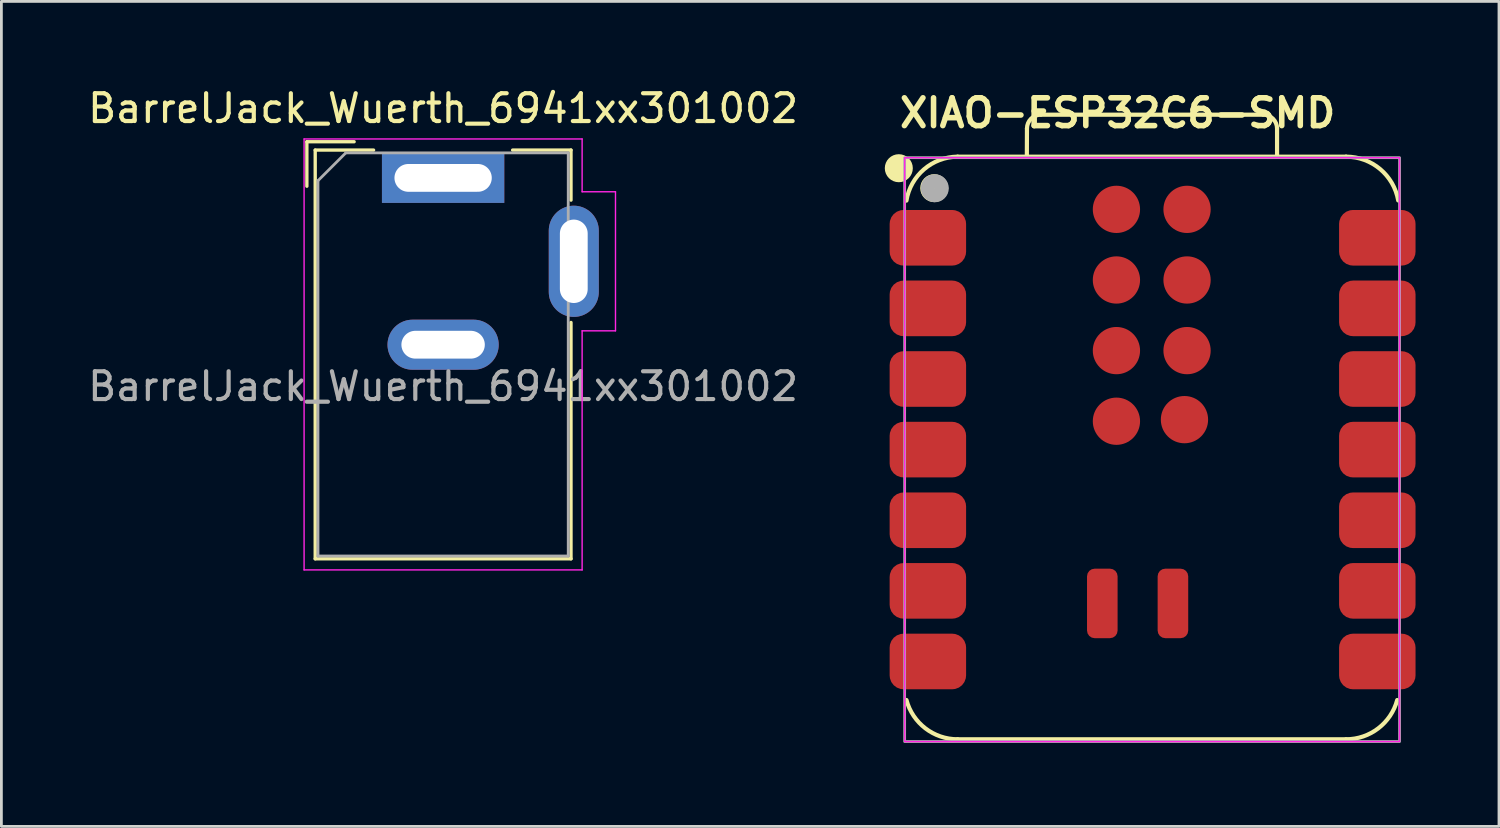
<source format=kicad_pcb>
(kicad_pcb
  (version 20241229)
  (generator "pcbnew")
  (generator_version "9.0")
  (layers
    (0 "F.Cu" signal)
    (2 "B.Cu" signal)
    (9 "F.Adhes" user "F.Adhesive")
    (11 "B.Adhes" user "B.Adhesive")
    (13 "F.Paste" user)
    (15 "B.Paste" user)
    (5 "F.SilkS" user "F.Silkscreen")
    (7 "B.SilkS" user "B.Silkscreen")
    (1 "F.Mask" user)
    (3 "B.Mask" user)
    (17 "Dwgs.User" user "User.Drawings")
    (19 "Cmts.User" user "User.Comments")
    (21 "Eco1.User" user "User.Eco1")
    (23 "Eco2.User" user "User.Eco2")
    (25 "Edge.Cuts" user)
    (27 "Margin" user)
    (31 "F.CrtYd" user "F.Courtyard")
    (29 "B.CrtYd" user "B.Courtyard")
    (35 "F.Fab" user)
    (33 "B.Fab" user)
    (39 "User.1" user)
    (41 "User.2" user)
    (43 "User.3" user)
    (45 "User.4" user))
  (footprint "XIAO-ESP32C6-SMD"
    (layer "F.Cu")
    (at 38.604 13.1)
    (property "Reference" "XIAO-ESP32C6-SMD" (at -9.4 -11.5 0) (layer "F.SilkS") (effects (font (size 1 1) (thickness 0.2) (bold yes)) (justify left bottom)))
    (fp_line (start -7.212 10.44) (end 6.758 10.44) (stroke (width 0.15) (type solid)) (layer "F.SilkS"))
    (fp_line (start -4.722 -10.515) (end -4.718 -11.526) (stroke (width 0.15) (type solid)) (layer "F.SilkS"))
    (fp_line (start -4.218 -12.025) (end 3.777 -12.025) (stroke (width 0.15) (type solid)) (layer "F.SilkS"))
    (fp_line (start 4.277 -11.525) (end 4.277 -10.515) (stroke (width 0.15) (type solid)) (layer "F.SilkS"))
    (fp_line (start 6.758 -10.515) (end -7.212 -10.515) (stroke (width 0.15) (type solid)) (layer "F.SilkS"))
    (fp_arc (start -9.053136 -8.935366) (mid -8.419929 -10.060565) (end -7.2116 -10.5155) (stroke (width 0.15) (type solid)) (layer "F.SilkS"))
    (fp_arc (start -7.2116 10.4395) (mid -8.371291 10.045838) (end -9.051689 9.02755) (stroke (width 0.15) (type solid)) (layer "F.SilkS"))
    (fp_arc (start -4.717872 -11.525772) (mid -4.571324 -11.879144) (end -4.217872 -12.0255) (stroke (width 0.15) (type solid)) (layer "F.SilkS"))
    (fp_arc (start 3.7774 -12.0255) (mid 4.130953 -11.879053) (end 4.2774 -11.5255) (stroke (width 0.15) (type solid)) (layer "F.SilkS"))
    (fp_arc (start 6.7584 -10.5155) (mid 7.98291 -10.069815) (end 8.634459 -8.9413) (stroke (width 0.15) (type solid)) (layer "F.SilkS"))
    (fp_arc (start 8.598489 9.02755) (mid 7.918091 10.045838) (end 6.7584 10.4395) (stroke (width 0.15) (type solid)) (layer "F.SilkS"))
    (fp_circle (center -9.327 -10.1) (end -9.327 -10.354) (stroke (width 0.5) (type solid)) (fill yes) (layer "F.SilkS"))
    (fp_circle (center -8.053 -9.383) (end -8.053 -9.636) (stroke (width 0.5) (type solid)) (fill yes) (layer "F.SilkS"))
    (fp_rect (start 8.683 10.521) (end -9.117 -10.479) (stroke (width 0.05) (type default)) (fill no) (layer "F.CrtYd"))
    (fp_rect (start -9.117 -10.479) (end 8.683 10.521) (stroke (width 0.1) (type default)) (fill no) (layer "F.Fab"))
    (fp_circle (center -8.033 -9.379) (end -8.033 -9.633) (stroke (width 0.5) (type solid)) (fill no) (layer "F.Fab"))
    (pad "1" smd roundrect (at -8.282 -7.598) (size 2.75 2) (layers "F.Cu" "F.Mask" "F.Paste") (roundrect_rratio 0.25))
    (pad "2" smd roundrect (at -8.282 -5.059) (size 2.75 2) (layers "F.Cu" "F.Mask" "F.Paste") (roundrect_rratio 0.25))
    (pad "3" smd roundrect (at -8.282 -2.518) (size 2.75 2) (layers "F.Cu" "F.Mask" "F.Paste") (roundrect_rratio 0.25))
    (pad "4" smd roundrect (at -8.282 0.021) (size 2.75 2) (layers "F.Cu" "F.Mask" "F.Paste") (roundrect_rratio 0.25))
    (pad "5" smd roundrect (at -8.282 2.562) (size 2.75 2) (layers "F.Cu" "F.Mask" "F.Paste") (roundrect_rratio 0.25))
    (pad "6" smd roundrect (at -8.282 5.101) (size 2.75 2) (layers "F.Cu" "F.Mask" "F.Paste") (roundrect_rratio 0.25))
    (pad "7" smd roundrect (at -8.282 7.641) (size 2.75 2) (layers "F.Cu" "F.Mask" "F.Paste") (roundrect_rratio 0.25))
    (pad "8" smd roundrect (at 7.883 7.641) (size 2.75 2) (layers "F.Cu" "F.Mask" "F.Paste") (roundrect_rratio 0.25))
    (pad "9" smd roundrect (at 7.883 5.101) (size 2.75 2) (layers "F.Cu" "F.Mask" "F.Paste") (roundrect_rratio 0.25))
    (pad "10" smd roundrect (at 7.883 2.562) (size 2.75 2) (layers "F.Cu" "F.Mask" "F.Paste") (roundrect_rratio 0.25))
    (pad "11" smd roundrect (at 7.883 0.021) (size 2.75 2) (layers "F.Cu" "F.Mask" "F.Paste") (roundrect_rratio 0.25))
    (pad "12" smd roundrect (at 7.883 -2.518) (size 2.75 2) (layers "F.Cu" "F.Mask" "F.Paste") (roundrect_rratio 0.25))
    (pad "13" smd roundrect (at 7.883 -5.059) (size 2.75 2) (layers "F.Cu" "F.Mask" "F.Paste") (roundrect_rratio 0.25))
    (pad "14" smd roundrect (at 7.883 -7.598) (size 2.75 2) (layers "F.Cu" "F.Mask" "F.Paste") (roundrect_rratio 0.25))
    (pad "15" smd roundrect (at -2.008 5.553 270) (size 2.5 1.1) (layers "F.Cu" "F.Mask" "F.Paste") (roundrect_rratio 0.25))
    (pad "16" smd roundrect (at 0.532 5.553 270) (size 2.5 1.1) (layers "F.Cu" "F.Mask" "F.Paste") (roundrect_rratio 0.25))
    (pad "17" smd circle (at -1.5 -8.62) (size 1.7 1.7) (layers "F.Cu" "F.Mask" "F.Paste"))
    (pad "18" smd circle (at 1.04 -8.62) (size 1.7 1.7) (layers "F.Cu" "F.Mask" "F.Paste"))
    (pad "19" smd circle (at -1.5 -6.08) (size 1.7 1.7) (layers "F.Cu" "F.Mask" "F.Paste"))
    (pad "20" smd circle (at 1.04 -6.08) (size 1.7 1.7) (layers "F.Cu" "F.Mask" "F.Paste"))
    (pad "21" smd circle (at -1.5 -3.54) (size 1.7 1.7) (layers "F.Cu" "F.Mask" "F.Paste"))
    (pad "22" smd circle (at 1.04 -3.54) (size 1.7 1.7) (layers "F.Cu" "F.Mask" "F.Paste"))
    (pad "23" smd circle (at -1.5 -1) (size 1.7 1.7) (layers "F.Cu" "F.Mask" "F.Paste"))
    (pad "24" smd circle (at 0.947 -1.057) (size 1.7 1.7) (layers "F.Cu" "F.Mask" "F.Paste")))
  (footprint "BarrelJack_Wuerth_6941xx301002"
    (layer "F.Cu")
    (at 12.887 3.348)
    (property "Reference" "BarrelJack_Wuerth_6941xx301002" (at 0 -2.5 0) (layer "F.SilkS") (effects (font (size 1 1) (thickness 0.15))))
    (attr through_hole)
    (fp_line (start -4.9 -1.3) (end -4.9 0.3) (stroke (width 0.12) (type solid)) (layer "F.SilkS"))
    (fp_line (start -4.6 -1) (end -2.5 -1) (stroke (width 0.12) (type solid)) (layer "F.SilkS"))
    (fp_line (start -4.6 13.7) (end -4.6 -1) (stroke (width 0.12) (type solid)) (layer "F.SilkS"))
    (fp_line (start -3.2 -1.3) (end -4.9 -1.3) (stroke (width 0.12) (type solid)) (layer "F.SilkS"))
    (fp_line (start 2.5 -1) (end 4.6 -1) (stroke (width 0.12) (type solid)) (layer "F.SilkS"))
    (fp_line (start 4.6 -1) (end 4.6 0.8) (stroke (width 0.12) (type solid)) (layer "F.SilkS"))
    (fp_line (start 4.6 5.2) (end 4.6 13.7) (stroke (width 0.12) (type solid)) (layer "F.SilkS"))
    (fp_line (start 4.6 13.7) (end -4.6 13.7) (stroke (width 0.12) (type solid)) (layer "F.SilkS"))
    (fp_line (start -5 -1.4) (end -5 14.1) (stroke (width 0.05) (type solid)) (layer "F.CrtYd"))
    (fp_line (start -5 14.1) (end 5 14.1) (stroke (width 0.05) (type solid)) (layer "F.CrtYd"))
    (fp_line (start 5 -1.4) (end -5 -1.4) (stroke (width 0.05) (type solid)) (layer "F.CrtYd"))
    (fp_line (start 5 0.5) (end 5 -1.4) (stroke (width 0.05) (type solid)) (layer "F.CrtYd"))
    (fp_line (start 5 14.1) (end 5 5.5) (stroke (width 0.05) (type solid)) (layer "F.CrtYd"))
    (fp_line (start 6.2 0.5) (end 5 0.5) (stroke (width 0.05) (type solid)) (layer "F.CrtYd"))
    (fp_line (start 6.2 0.5) (end 6.2 5.5) (stroke (width 0.05) (type solid)) (layer "F.CrtYd"))
    (fp_line (start 6.2 5.5) (end 5 5.5) (stroke (width 0.05) (type solid)) (layer "F.CrtYd"))
    (fp_line (start -4.5 0.1) (end -3.5 -0.9) (stroke (width 0.1) (type solid)) (layer "F.Fab"))
    (fp_line (start -4.5 13.6) (end -4.5 0.1) (stroke (width 0.1) (type solid)) (layer "F.Fab"))
    (fp_line (start 4.5 -0.9) (end -3.5 -0.9) (stroke (width 0.1) (type solid)) (layer "F.Fab"))
    (fp_line (start 4.5 -0.9) (end 4.5 13.6) (stroke (width 0.1) (type solid)) (layer "F.Fab"))
    (fp_line (start 4.5 13.6) (end -4.5 13.6) (stroke (width 0.1) (type solid)) (layer "F.Fab"))
    (fp_text user "${REFERENCE}" (at 0 7.5 0) (layer "F.Fab") (effects (font (size 1 1) (thickness 0.15))))
    (pad "1" thru_hole rect (at 0 0) (size 4.4 1.8) (drill oval 3.5 1) (layers "*.Cu" "*.Mask"))
    (pad "2" thru_hole oval (at 0 6) (size 4 1.8) (drill oval 3 1) (layers "*.Cu" "*.Mask"))
    (pad "3" thru_hole oval (at 4.7 3 90) (size 4 1.8) (drill oval 3 1) (layers "*.Cu" "*.Mask")))
  (gr_rect
    (start -3 -3)
    (end 50.863 26.672)
    (stroke (width 0.1) (type default))
    (fill no)
    (layer "Edge.Cuts")))
</source>
